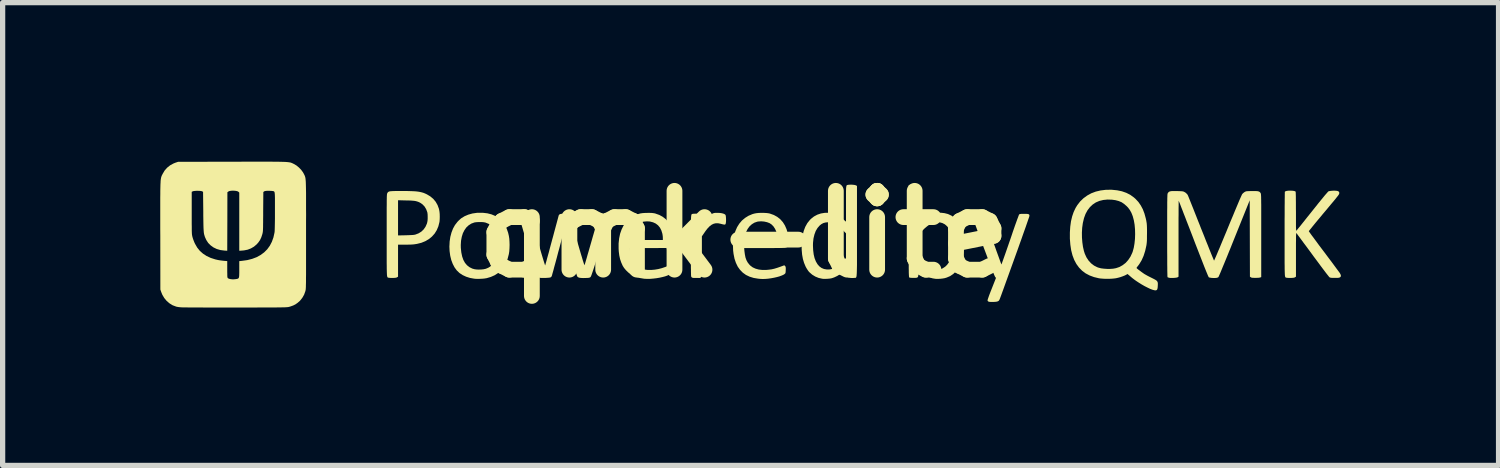
<source format=kicad_pcb>
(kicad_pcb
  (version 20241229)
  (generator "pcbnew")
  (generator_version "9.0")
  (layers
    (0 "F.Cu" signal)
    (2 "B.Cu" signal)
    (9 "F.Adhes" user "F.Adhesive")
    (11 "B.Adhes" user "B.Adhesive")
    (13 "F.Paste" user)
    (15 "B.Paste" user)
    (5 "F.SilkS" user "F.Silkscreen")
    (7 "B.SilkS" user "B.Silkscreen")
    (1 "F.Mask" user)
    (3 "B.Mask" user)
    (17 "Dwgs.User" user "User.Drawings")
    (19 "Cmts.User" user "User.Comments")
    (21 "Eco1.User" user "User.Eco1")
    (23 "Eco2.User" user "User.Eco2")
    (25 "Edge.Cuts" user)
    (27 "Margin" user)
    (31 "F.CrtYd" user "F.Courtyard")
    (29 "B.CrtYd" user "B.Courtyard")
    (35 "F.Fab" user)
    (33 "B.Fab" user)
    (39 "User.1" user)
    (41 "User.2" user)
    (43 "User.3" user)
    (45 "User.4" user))
  (footprint "qmk-lite"
    (layer "F.Cu")
    (at 11.109 1.404)
    (property "Reference" "qmk-lite" (at 0 0 0) (layer "F.SilkS") (effects (font (size 1.5 1.5) (thickness 0.3))))
    (attr board_only exclude_from_pos_files exclude_from_bom)
    (fp_poly (pts (xy -0.505 -0.403) (xy -0.458 -0.401) (xy -0.417 -0.395) (xy -0.383 -0.385) (xy -0.36 -0.373) (xy -0.351 -0.363) (xy -0.346 -0.35) (xy -0.343 -0.327) (xy -0.341 -0.298) (xy -0.34 -0.267) (xy -0.341 -0.237) (xy -0.344 -0.211) (xy -0.348 -0.194) (xy -0.349 -0.191) (xy -0.354 -0.184) (xy -0.361 -0.18) (xy -0.373 -0.179) (xy -0.391 -0.182) (xy -0.418 -0.188) (xy -0.448 -0.196) (xy -0.493 -0.205) (xy -0.534 -0.205) (xy -0.574 -0.196) (xy -0.612 -0.178) (xy -0.651 -0.149) (xy -0.69 -0.109) (xy -0.73 -0.058) (xy -0.754 -0.023) (xy -0.8 0.044) (xy -0.8 0.427) (xy -0.8 0.509) (xy -0.8 0.58) (xy -0.8 0.64) (xy -0.8 0.689) (xy -0.801 0.73) (xy -0.802 0.762) (xy -0.805 0.787) (xy -0.809 0.806) (xy -0.814 0.82) (xy -0.821 0.828) (xy -0.829 0.833) (xy -0.84 0.836) (xy -0.853 0.837) (xy -0.868 0.836) (xy -0.886 0.836) (xy -0.894 0.836) (xy -0.923 0.836) (xy -0.949 0.836) (xy -0.967 0.835) (xy -0.974 0.834) (xy -0.99 0.827) (xy -0.998 0.82) (xy -1 0.818) (xy -1.002 0.815) (xy -1.003 0.809) (xy -1.005 0.8) (xy -1.006 0.787) (xy -1.007 0.77) (xy -1.007 0.747) (xy -1.008 0.719) (xy -1.008 0.683) (xy -1.009 0.64) (xy -1.009 0.589) (xy -1.009 0.528) (xy -1.009 0.458) (xy -1.009 0.377) (xy -1.009 0.284) (xy -1.009 0.225) (xy -1.009 0.124) (xy -1.009 0.035) (xy -1.009 -0.043) (xy -1.009 -0.111) (xy -1.009 -0.169) (xy -1.009 -0.217) (xy -1.008 -0.258) (xy -1.007 -0.292) (xy -1.006 -0.318) (xy -1.004 -0.339) (xy -1.002 -0.355) (xy -0.999 -0.366) (xy -0.996 -0.374) (xy -0.992 -0.379) (xy -0.987 -0.381) (xy -0.982 -0.383) (xy -0.976 -0.383) (xy -0.969 -0.384) (xy -0.968 -0.385) (xy -0.951 -0.386) (xy -0.926 -0.387) (xy -0.899 -0.386) (xy -0.896 -0.386) (xy -0.868 -0.385) (xy -0.848 -0.381) (xy -0.834 -0.375) (xy -0.826 -0.363) (xy -0.821 -0.344) (xy -0.819 -0.316) (xy -0.819 -0.278) (xy -0.819 -0.271) (xy -0.819 -0.183) (xy -0.789 -0.223) (xy -0.748 -0.274) (xy -0.704 -0.318) (xy -0.659 -0.354) (xy -0.619 -0.378) (xy -0.595 -0.39) (xy -0.577 -0.397) (xy -0.56 -0.401) (xy -0.54 -0.403) (xy -0.512 -0.403)) (stroke (width 0) (type solid)) (fill yes) (layer "F.SilkS"))
    (fp_poly (pts (xy -4.969 -0.404) (xy -4.883 -0.394) (xy -4.805 -0.374) (xy -4.733 -0.344) (xy -4.67 -0.304) (xy -4.632 -0.273) (xy -4.585 -0.222) (xy -4.545 -0.164) (xy -4.514 -0.099) (xy -4.488 -0.025) (xy -4.474 0.035) (xy -4.466 0.086) (xy -4.462 0.144) (xy -4.46 0.207) (xy -4.462 0.27) (xy -4.466 0.33) (xy -4.474 0.381) (xy -4.475 0.386) (xy -4.499 0.477) (xy -4.531 0.557) (xy -4.572 0.629) (xy -4.621 0.69) (xy -4.678 0.742) (xy -4.743 0.784) (xy -4.817 0.817) (xy -4.899 0.841) (xy -4.901 0.841) (xy -4.937 0.847) (xy -4.981 0.851) (xy -5.028 0.853) (xy -5.075 0.854) (xy -5.116 0.852) (xy -5.135 0.85) (xy -5.213 0.836) (xy -5.286 0.813) (xy -5.353 0.782) (xy -5.411 0.744) (xy -5.416 0.74) (xy -5.465 0.693) (xy -5.507 0.636) (xy -5.542 0.569) (xy -5.57 0.495) (xy -5.59 0.413) (xy -5.602 0.325) (xy -5.606 0.238) (xy -5.604 0.209) (xy -5.389 0.209) (xy -5.388 0.263) (xy -5.379 0.35) (xy -5.363 0.427) (xy -5.34 0.493) (xy -5.309 0.549) (xy -5.27 0.595) (xy -5.224 0.631) (xy -5.17 0.658) (xy -5.127 0.67) (xy -5.092 0.675) (xy -5.05 0.677) (xy -5.005 0.676) (xy -4.962 0.672) (xy -4.926 0.665) (xy -4.911 0.661) (xy -4.868 0.643) (xy -4.833 0.622) (xy -4.8 0.594) (xy -4.786 0.58) (xy -4.75 0.533) (xy -4.72 0.476) (xy -4.698 0.411) (xy -4.683 0.338) (xy -4.676 0.259) (xy -4.678 0.175) (xy -4.679 0.159) (xy -4.69 0.075) (xy -4.708 0.001) (xy -4.734 -0.063) (xy -4.767 -0.116) (xy -4.807 -0.159) (xy -4.855 -0.192) (xy -4.911 -0.215) (xy -4.923 -0.219) (xy -4.956 -0.225) (xy -4.996 -0.228) (xy -5.04 -0.228) (xy -5.082 -0.226) (xy -5.119 -0.222) (xy -5.132 -0.219) (xy -5.189 -0.198) (xy -5.239 -0.166) (xy -5.283 -0.125) (xy -5.319 -0.074) (xy -5.349 -0.015) (xy -5.37 0.053) (xy -5.384 0.128) (xy -5.389 0.209) (xy -5.604 0.209) (xy -5.601 0.144) (xy -5.588 0.055) (xy -5.566 -0.028) (xy -5.537 -0.103) (xy -5.5 -0.17) (xy -5.455 -0.228) (xy -5.452 -0.232) (xy -5.43 -0.255) (xy -5.406 -0.277) (xy -5.386 -0.295) (xy -5.378 -0.301) (xy -5.316 -0.339) (xy -5.245 -0.369) (xy -5.166 -0.391) (xy -5.083 -0.403) (xy -5.06 -0.404)) (stroke (width 0) (type solid)) (fill yes) (layer "F.SilkS"))
    (fp_poly (pts (xy 0.386 -0.402) (xy 0.436 -0.399) (xy 0.479 -0.393) (xy 0.497 -0.388) (xy 0.57 -0.362) (xy 0.635 -0.326) (xy 0.692 -0.281) (xy 0.741 -0.226) (xy 0.781 -0.162) (xy 0.812 -0.091) (xy 0.823 -0.052) (xy 0.831 -0.017) (xy 0.837 0.023) (xy 0.841 0.065) (xy 0.844 0.108) (xy 0.845 0.148) (xy 0.843 0.183) (xy 0.84 0.211) (xy 0.835 0.228) (xy 0.831 0.235) (xy 0.827 0.242) (xy 0.822 0.248) (xy 0.814 0.252) (xy 0.804 0.256) (xy 0.79 0.259) (xy 0.771 0.262) (xy 0.746 0.263) (xy 0.714 0.265) (xy 0.675 0.266) (xy 0.627 0.266) (xy 0.57 0.267) (xy 0.502 0.267) (xy 0.422 0.267) (xy 0.393 0.267) (xy 0.005 0.267) (xy 0.009 0.319) (xy 0.018 0.388) (xy 0.03 0.448) (xy 0.048 0.498) (xy 0.072 0.542) (xy 0.102 0.58) (xy 0.121 0.6) (xy 0.166 0.634) (xy 0.22 0.659) (xy 0.281 0.676) (xy 0.351 0.684) (xy 0.419 0.684) (xy 0.475 0.679) (xy 0.528 0.672) (xy 0.58 0.66) (xy 0.636 0.643) (xy 0.688 0.625) (xy 0.769 0.595) (xy 0.783 0.609) (xy 0.79 0.617) (xy 0.794 0.627) (xy 0.796 0.643) (xy 0.797 0.666) (xy 0.796 0.678) (xy 0.795 0.707) (xy 0.793 0.731) (xy 0.789 0.746) (xy 0.788 0.748) (xy 0.774 0.762) (xy 0.75 0.777) (xy 0.715 0.792) (xy 0.674 0.807) (xy 0.626 0.82) (xy 0.573 0.832) (xy 0.518 0.842) (xy 0.462 0.85) (xy 0.452 0.851) (xy 0.401 0.855) (xy 0.357 0.856) (xy 0.312 0.854) (xy 0.271 0.85) (xy 0.186 0.836) (xy 0.108 0.812) (xy 0.039 0.779) (xy -0.021 0.736) (xy -0.073 0.683) (xy -0.117 0.622) (xy -0.152 0.55) (xy -0.179 0.47) (xy -0.197 0.38) (xy -0.205 0.316) (xy -0.209 0.214) (xy -0.203 0.118) (xy -0.202 0.114) (xy 0.007 0.114) (xy 0.321 0.114) (xy 0.635 0.114) (xy 0.635 0.075) (xy 0.63 0.013) (xy 0.616 -0.045) (xy 0.593 -0.098) (xy 0.563 -0.144) (xy 0.527 -0.181) (xy 0.488 -0.207) (xy 0.44 -0.225) (xy 0.386 -0.237) (xy 0.329 -0.242) (xy 0.275 -0.238) (xy 0.255 -0.235) (xy 0.2 -0.216) (xy 0.151 -0.186) (xy 0.107 -0.146) (xy 0.071 -0.097) (xy 0.042 -0.04) (xy 0.021 0.024) (xy 0.01 0.084) (xy 0.007 0.114) (xy -0.202 0.114) (xy -0.187 0.028) (xy -0.163 -0.054) (xy -0.13 -0.13) (xy -0.088 -0.197) (xy -0.038 -0.256) (xy 0.021 -0.306) (xy 0.087 -0.347) (xy 0.16 -0.378) (xy 0.194 -0.388) (xy 0.233 -0.396) (xy 0.28 -0.401) (xy 0.333 -0.403)) (stroke (width 0) (type solid)) (fill yes) (layer "F.SilkS"))
    (fp_poly (pts (xy 5.37 -0.384) (xy 5.398 -0.382) (xy 5.416 -0.378) (xy 5.427 -0.372) (xy 5.433 -0.362) (xy 5.434 -0.348) (xy 5.434 -0.345) (xy 5.432 -0.336) (xy 5.426 -0.316) (xy 5.415 -0.285) (xy 5.401 -0.244) (xy 5.383 -0.192) (xy 5.362 -0.131) (xy 5.337 -0.061) (xy 5.309 0.018) (xy 5.279 0.104) (xy 5.245 0.198) (xy 5.209 0.3) (xy 5.17 0.408) (xy 5.129 0.522) (xy 5.086 0.641) (xy 5.041 0.766) (xy 4.994 0.896) (xy 4.946 1.029) (xy 4.896 1.167) (xy 4.873 1.228) (xy 4.863 1.252) (xy 4.852 1.269) (xy 4.836 1.28) (xy 4.814 1.287) (xy 4.783 1.291) (xy 4.746 1.293) (xy 4.715 1.293) (xy 4.687 1.292) (xy 4.666 1.29) (xy 4.658 1.288) (xy 4.644 1.278) (xy 4.637 1.267) (xy 4.638 1.257) (xy 4.643 1.238) (xy 4.653 1.209) (xy 4.667 1.169) (xy 4.686 1.119) (xy 4.71 1.058) (xy 4.716 1.043) (xy 4.798 0.835) (xy 4.783 0.819) (xy 4.778 0.809) (xy 4.768 0.788) (xy 4.754 0.755) (xy 4.736 0.71) (xy 4.714 0.653) (xy 4.688 0.584) (xy 4.657 0.504) (xy 4.622 0.411) (xy 4.583 0.307) (xy 4.558 0.241) (xy 4.528 0.16) (xy 4.499 0.082) (xy 4.472 0.008) (xy 4.446 -0.061) (xy 4.423 -0.124) (xy 4.402 -0.181) (xy 4.384 -0.231) (xy 4.369 -0.272) (xy 4.357 -0.305) (xy 4.349 -0.327) (xy 4.345 -0.338) (xy 4.345 -0.339) (xy 4.345 -0.357) (xy 4.354 -0.37) (xy 4.355 -0.372) (xy 4.362 -0.377) (xy 4.371 -0.38) (xy 4.385 -0.382) (xy 4.405 -0.384) (xy 4.434 -0.384) (xy 4.454 -0.384) (xy 4.489 -0.384) (xy 4.513 -0.383) (xy 4.53 -0.382) (xy 4.54 -0.379) (xy 4.548 -0.375) (xy 4.552 -0.371) (xy 4.556 -0.363) (xy 4.565 -0.343) (xy 4.577 -0.312) (xy 4.593 -0.271) (xy 4.612 -0.22) (xy 4.634 -0.16) (xy 4.659 -0.091) (xy 4.687 -0.014) (xy 4.717 0.071) (xy 4.73 0.108) (xy 4.757 0.182) (xy 4.782 0.252) (xy 4.805 0.318) (xy 4.827 0.378) (xy 4.847 0.433) (xy 4.864 0.48) (xy 4.878 0.519) (xy 4.889 0.549) (xy 4.897 0.569) (xy 4.9 0.579) (xy 4.901 0.579) (xy 4.903 0.574) (xy 4.91 0.558) (xy 4.919 0.532) (xy 4.932 0.496) (xy 4.948 0.451) (xy 4.966 0.4) (xy 4.987 0.341) (xy 5.009 0.277) (xy 5.033 0.208) (xy 5.058 0.135) (xy 5.066 0.113) (xy 5.093 0.034) (xy 5.118 -0.041) (xy 5.142 -0.11) (xy 5.164 -0.173) (xy 5.184 -0.228) (xy 5.201 -0.276) (xy 5.216 -0.315) (xy 5.227 -0.345) (xy 5.234 -0.364) (xy 5.238 -0.371) (xy 5.245 -0.377) (xy 5.253 -0.38) (xy 5.266 -0.382) (xy 5.285 -0.384) (xy 5.314 -0.384) (xy 5.332 -0.384)) (stroke (width 0) (type solid)) (fill yes) (layer "F.SilkS"))
    (fp_poly (pts (xy -1.789 -0.402) (xy -1.756 -0.401) (xy -1.73 -0.398) (xy -1.707 -0.395) (xy -1.685 -0.39) (xy -1.681 -0.388) (xy -1.61 -0.363) (xy -1.546 -0.328) (xy -1.489 -0.284) (xy -1.441 -0.232) (xy -1.402 -0.173) (xy -1.395 -0.158) (xy -1.374 -0.111) (xy -1.358 -0.065) (xy -1.347 -0.019) (xy -1.34 0.032) (xy -1.336 0.091) (xy -1.335 0.108) (xy -1.334 0.153) (xy -1.334 0.186) (xy -1.337 0.211) (xy -1.342 0.228) (xy -1.351 0.241) (xy -1.363 0.25) (xy -1.374 0.256) (xy -1.379 0.258) (xy -1.387 0.26) (xy -1.397 0.262) (xy -1.412 0.263) (xy -1.431 0.264) (xy -1.457 0.265) (xy -1.489 0.266) (xy -1.529 0.266) (xy -1.578 0.266) (xy -1.637 0.267) (xy -1.707 0.267) (xy -1.784 0.267) (xy -2.173 0.267) (xy -2.169 0.322) (xy -2.162 0.378) (xy -2.151 0.432) (xy -2.137 0.48) (xy -2.12 0.52) (xy -2.12 0.521) (xy -2.105 0.545) (xy -2.084 0.571) (xy -2.063 0.593) (xy -2.063 0.594) (xy -2.018 0.629) (xy -1.966 0.656) (xy -1.907 0.674) (xy -1.841 0.683) (xy -1.765 0.684) (xy -1.762 0.684) (xy -1.695 0.678) (xy -1.63 0.667) (xy -1.563 0.65) (xy -1.49 0.625) (xy -1.459 0.613) (xy -1.436 0.606) (xy -1.421 0.602) (xy -1.411 0.601) (xy -1.404 0.603) (xy -1.4 0.606) (xy -1.389 0.62) (xy -1.382 0.642) (xy -1.379 0.67) (xy -1.38 0.699) (xy -1.385 0.727) (xy -1.394 0.749) (xy -1.401 0.758) (xy -1.424 0.775) (xy -1.458 0.791) (xy -1.5 0.806) (xy -1.55 0.819) (xy -1.604 0.831) (xy -1.662 0.841) (xy -1.721 0.848) (xy -1.78 0.853) (xy -1.836 0.854) (xy -1.887 0.852) (xy -1.907 0.85) (xy -1.989 0.836) (xy -2.067 0.812) (xy -2.114 0.792) (xy -2.159 0.765) (xy -2.203 0.73) (xy -2.245 0.689) (xy -2.281 0.646) (xy -2.307 0.605) (xy -2.335 0.542) (xy -2.357 0.478) (xy -2.372 0.409) (xy -2.382 0.332) (xy -2.385 0.279) (xy -2.385 0.178) (xy -2.378 0.114) (xy -2.172 0.114) (xy -1.858 0.114) (xy -1.543 0.114) (xy -1.543 0.077) (xy -1.544 0.05) (xy -1.548 0.018) (xy -1.552 -0.006) (xy -1.571 -0.068) (xy -1.598 -0.121) (xy -1.634 -0.165) (xy -1.678 -0.199) (xy -1.73 -0.223) (xy -1.79 -0.238) (xy -1.844 -0.241) (xy -1.909 -0.236) (xy -1.967 -0.219) (xy -2.019 -0.192) (xy -2.065 -0.154) (xy -2.103 -0.107) (xy -2.133 -0.051) (xy -2.155 0.014) (xy -2.168 0.081) (xy -2.172 0.114) (xy -2.378 0.114) (xy -2.375 0.084) (xy -2.357 -0.004) (xy -2.329 -0.084) (xy -2.294 -0.156) (xy -2.249 -0.22) (xy -2.197 -0.275) (xy -2.137 -0.321) (xy -2.093 -0.346) (xy -2.048 -0.367) (xy -2.008 -0.381) (xy -1.969 -0.392) (xy -1.927 -0.398) (xy -1.879 -0.401) (xy -1.832 -0.402)) (stroke (width 0) (type solid)) (fill yes) (layer "F.SilkS"))
    (fp_poly (pts (xy -6.431 -0.819) (xy -6.36 -0.817) (xy -6.3 -0.815) (xy -6.248 -0.812) (xy -6.203 -0.807) (xy -6.163 -0.8) (xy -6.128 -0.792) (xy -6.095 -0.782) (xy -6.064 -0.769) (xy -6.034 -0.755) (xy -5.969 -0.716) (xy -5.913 -0.669) (xy -5.867 -0.614) (xy -5.831 -0.551) (xy -5.805 -0.48) (xy -5.8 -0.457) (xy -5.794 -0.422) (xy -5.79 -0.378) (xy -5.789 -0.33) (xy -5.79 -0.284) (xy -5.793 -0.242) (xy -5.796 -0.224) (xy -5.816 -0.145) (xy -5.847 -0.072) (xy -5.887 -0.008) (xy -5.937 0.048) (xy -5.995 0.096) (xy -6.063 0.136) (xy -6.139 0.167) (xy -6.223 0.188) (xy -6.282 0.197) (xy -6.307 0.199) (xy -6.342 0.201) (xy -6.382 0.202) (xy -6.426 0.203) (xy -6.461 0.203) (xy -6.583 0.203) (xy -6.583 0.508) (xy -6.583 0.812) (xy -6.6 0.823) (xy -6.613 0.829) (xy -6.631 0.833) (xy -6.657 0.835) (xy -6.681 0.836) (xy -6.711 0.836) (xy -6.737 0.835) (xy -6.756 0.833) (xy -6.763 0.832) (xy -6.768 0.831) (xy -6.773 0.83) (xy -6.777 0.828) (xy -6.781 0.826) (xy -6.784 0.822) (xy -6.787 0.816) (xy -6.79 0.807) (xy -6.792 0.795) (xy -6.794 0.778) (xy -6.795 0.756) (xy -6.796 0.729) (xy -6.797 0.696) (xy -6.798 0.656) (xy -6.798 0.608) (xy -6.799 0.552) (xy -6.799 0.487) (xy -6.799 0.413) (xy -6.799 0.328) (xy -6.799 0.233) (xy -6.799 0.126) (xy -6.799 0.026) (xy -6.799 -0.09) (xy -6.799 -0.194) (xy -6.799 -0.287) (xy -6.799 -0.369) (xy -6.799 -0.441) (xy -6.799 -0.503) (xy -6.798 -0.557) (xy -6.798 -0.604) (xy -6.798 -0.642) (xy -6.798 -0.643) (xy -6.583 -0.643) (xy -6.583 -0.308) (xy -6.583 0.027) (xy -6.436 0.024) (xy -6.379 0.022) (xy -6.334 0.02) (xy -6.3 0.018) (xy -6.274 0.015) (xy -6.255 0.011) (xy -6.254 0.011) (xy -6.192 -0.013) (xy -6.139 -0.046) (xy -6.095 -0.088) (xy -6.06 -0.139) (xy -6.034 -0.197) (xy -6.028 -0.22) (xy -6.022 -0.25) (xy -6.019 -0.289) (xy -6.019 -0.33) (xy -6.02 -0.37) (xy -6.024 -0.404) (xy -6.027 -0.417) (xy -6.048 -0.473) (xy -6.078 -0.523) (xy -6.117 -0.564) (xy -6.162 -0.595) (xy -6.176 -0.602) (xy -6.198 -0.612) (xy -6.219 -0.619) (xy -6.24 -0.625) (xy -6.264 -0.63) (xy -6.292 -0.633) (xy -6.327 -0.636) (xy -6.371 -0.638) (xy -6.425 -0.639) (xy -6.433 -0.639) (xy -6.583 -0.643) (xy -6.798 -0.643) (xy -6.797 -0.675) (xy -6.797 -0.701) (xy -6.796 -0.722) (xy -6.795 -0.739) (xy -6.794 -0.751) (xy -6.793 -0.761) (xy -6.791 -0.767) (xy -6.79 -0.772) (xy -6.788 -0.776) (xy -6.786 -0.78) (xy -6.786 -0.78) (xy -6.78 -0.79) (xy -6.773 -0.798) (xy -6.764 -0.804) (xy -6.752 -0.809) (xy -6.736 -0.813) (xy -6.713 -0.815) (xy -6.684 -0.817) (xy -6.647 -0.818) (xy -6.6 -0.819) (xy -6.542 -0.819) (xy -6.512 -0.819)) (stroke (width 0) (type solid)) (fill yes) (layer "F.SilkS"))
    (fp_poly (pts (xy 2.051 -0.939) (xy 2.082 -0.937) (xy 2.11 -0.933) (xy 2.13 -0.927) (xy 2.136 -0.925) (xy 2.152 -0.914) (xy 2.152 -0.051) (xy 2.152 0.073) (xy 2.152 0.184) (xy 2.152 0.284) (xy 2.152 0.373) (xy 2.152 0.452) (xy 2.152 0.522) (xy 2.152 0.582) (xy 2.151 0.635) (xy 2.15 0.679) (xy 2.149 0.716) (xy 2.148 0.747) (xy 2.146 0.772) (xy 2.145 0.792) (xy 2.142 0.807) (xy 2.14 0.818) (xy 2.136 0.825) (xy 2.133 0.83) (xy 2.129 0.833) (xy 2.124 0.834) (xy 2.118 0.835) (xy 2.113 0.835) (xy 2.106 0.835) (xy 2.104 0.835) (xy 2.078 0.837) (xy 2.048 0.837) (xy 2.019 0.835) (xy 1.995 0.83) (xy 1.982 0.826) (xy 1.976 0.822) (xy 1.972 0.817) (xy 1.97 0.807) (xy 1.969 0.791) (xy 1.968 0.767) (xy 1.968 0.736) (xy 1.968 0.706) (xy 1.967 0.68) (xy 1.965 0.662) (xy 1.963 0.654) (xy 1.963 0.654) (xy 1.956 0.658) (xy 1.944 0.669) (xy 1.93 0.683) (xy 1.883 0.726) (xy 1.83 0.765) (xy 1.775 0.799) (xy 1.72 0.825) (xy 1.674 0.841) (xy 1.637 0.848) (xy 1.594 0.852) (xy 1.549 0.854) (xy 1.508 0.853) (xy 1.49 0.851) (xy 1.423 0.836) (xy 1.359 0.81) (xy 1.3 0.774) (xy 1.249 0.73) (xy 1.238 0.719) (xy 1.219 0.694) (xy 1.198 0.662) (xy 1.178 0.627) (xy 1.174 0.619) (xy 1.145 0.55) (xy 1.123 0.476) (xy 1.108 0.395) (xy 1.1 0.306) (xy 1.098 0.235) (xy 1.099 0.219) (xy 1.314 0.219) (xy 1.318 0.308) (xy 1.328 0.389) (xy 1.345 0.46) (xy 1.369 0.521) (xy 1.399 0.573) (xy 1.435 0.615) (xy 1.477 0.646) (xy 1.525 0.666) (xy 1.578 0.675) (xy 1.622 0.675) (xy 1.651 0.671) (xy 1.681 0.664) (xy 1.695 0.66) (xy 1.726 0.647) (xy 1.757 0.629) (xy 1.789 0.605) (xy 1.825 0.574) (xy 1.866 0.535) (xy 1.871 0.529) (xy 1.943 0.457) (xy 1.943 0.222) (xy 1.943 -0.013) (xy 1.871 -0.085) (xy 1.825 -0.129) (xy 1.782 -0.164) (xy 1.743 -0.19) (xy 1.705 -0.208) (xy 1.666 -0.219) (xy 1.625 -0.223) (xy 1.606 -0.224) (xy 1.556 -0.22) (xy 1.514 -0.209) (xy 1.476 -0.189) (xy 1.442 -0.162) (xy 1.401 -0.115) (xy 1.367 -0.058) (xy 1.342 0.009) (xy 1.324 0.084) (xy 1.315 0.169) (xy 1.314 0.219) (xy 1.099 0.219) (xy 1.103 0.128) (xy 1.116 0.031) (xy 1.138 -0.058) (xy 1.168 -0.137) (xy 1.207 -0.207) (xy 1.255 -0.267) (xy 1.278 -0.29) (xy 1.334 -0.334) (xy 1.397 -0.368) (xy 1.466 -0.391) (xy 1.539 -0.403) (xy 1.612 -0.404) (xy 1.674 -0.396) (xy 1.731 -0.38) (xy 1.786 -0.355) (xy 1.841 -0.319) (xy 1.89 -0.28) (xy 1.943 -0.235) (xy 1.943 -0.574) (xy 1.943 -0.65) (xy 1.943 -0.715) (xy 1.943 -0.769) (xy 1.943 -0.813) (xy 1.944 -0.848) (xy 1.945 -0.876) (xy 1.948 -0.897) (xy 1.95 -0.912) (xy 1.954 -0.922) (xy 1.959 -0.929) (xy 1.965 -0.932) (xy 1.973 -0.934) (xy 1.982 -0.936) (xy 1.991 -0.937) (xy 2.019 -0.939)) (stroke (width 0) (type solid)) (fill yes) (layer "F.SilkS"))
    (fp_poly (pts (xy 3.276 -0.945) (xy 3.291 -0.943) (xy 3.303 -0.942) (xy 3.312 -0.94) (xy 3.321 -0.938) (xy 3.327 -0.934) (xy 3.333 -0.927) (xy 3.337 -0.916) (xy 3.34 -0.901) (xy 3.342 -0.879) (xy 3.344 -0.851) (xy 3.345 -0.816) (xy 3.345 -0.771) (xy 3.346 -0.717) (xy 3.346 -0.652) (xy 3.346 -0.576) (xy 3.346 -0.568) (xy 3.346 -0.222) (xy 3.392 -0.262) (xy 3.432 -0.295) (xy 3.467 -0.321) (xy 3.501 -0.343) (xy 3.538 -0.362) (xy 3.546 -0.366) (xy 3.611 -0.39) (xy 3.68 -0.402) (xy 3.75 -0.405) (xy 3.819 -0.397) (xy 3.885 -0.38) (xy 3.945 -0.352) (xy 3.963 -0.342) (xy 4.018 -0.298) (xy 4.066 -0.245) (xy 4.106 -0.182) (xy 4.139 -0.109) (xy 4.164 -0.026) (xy 4.175 0.025) (xy 4.181 0.071) (xy 4.185 0.126) (xy 4.187 0.187) (xy 4.187 0.249) (xy 4.184 0.309) (xy 4.179 0.365) (xy 4.172 0.411) (xy 4.172 0.412) (xy 4.149 0.502) (xy 4.119 0.582) (xy 4.081 0.652) (xy 4.036 0.712) (xy 3.984 0.761) (xy 3.925 0.801) (xy 3.859 0.829) (xy 3.822 0.84) (xy 3.783 0.847) (xy 3.738 0.852) (xy 3.692 0.854) (xy 3.65 0.853) (xy 3.628 0.85) (xy 3.592 0.844) (xy 3.562 0.835) (xy 3.531 0.822) (xy 3.504 0.808) (xy 3.473 0.79) (xy 3.445 0.771) (xy 3.418 0.75) (xy 3.387 0.722) (xy 3.366 0.702) (xy 3.32 0.657) (xy 3.32 0.734) (xy 3.32 0.772) (xy 3.318 0.799) (xy 3.312 0.817) (xy 3.302 0.827) (xy 3.284 0.833) (xy 3.258 0.835) (xy 3.225 0.835) (xy 3.19 0.834) (xy 3.165 0.832) (xy 3.151 0.829) (xy 3.147 0.826) (xy 3.145 0.824) (xy 3.144 0.821) (xy 3.143 0.815) (xy 3.142 0.806) (xy 3.141 0.793) (xy 3.14 0.777) (xy 3.139 0.755) (xy 3.138 0.729) (xy 3.138 0.696) (xy 3.137 0.656) (xy 3.137 0.609) (xy 3.137 0.554) (xy 3.137 0.491) (xy 3.137 0.465) (xy 3.346 0.465) (xy 3.414 0.533) (xy 3.46 0.577) (xy 3.502 0.612) (xy 3.54 0.638) (xy 3.577 0.656) (xy 3.615 0.666) (xy 3.656 0.671) (xy 3.689 0.671) (xy 3.72 0.67) (xy 3.743 0.667) (xy 3.763 0.662) (xy 3.783 0.653) (xy 3.786 0.651) (xy 3.831 0.622) (xy 3.87 0.583) (xy 3.904 0.534) (xy 3.931 0.476) (xy 3.952 0.41) (xy 3.966 0.338) (xy 3.972 0.26) (xy 3.971 0.177) (xy 3.969 0.149) (xy 3.96 0.073) (xy 3.946 0.007) (xy 3.928 -0.049) (xy 3.904 -0.097) (xy 3.874 -0.139) (xy 3.865 -0.149) (xy 3.825 -0.184) (xy 3.779 -0.208) (xy 3.728 -0.222) (xy 3.674 -0.226) (xy 3.619 -0.217) (xy 3.565 -0.198) (xy 3.564 -0.197) (xy 3.527 -0.176) (xy 3.487 -0.147) (xy 3.446 -0.113) (xy 3.407 -0.075) (xy 3.387 -0.053) (xy 3.346 -0.004) (xy 3.346 0.23) (xy 3.346 0.465) (xy 3.137 0.465) (xy 3.136 0.418) (xy 3.136 0.336) (xy 3.136 0.243) (xy 3.136 0.139) (xy 3.136 0.024) (xy 3.136 -0.055) (xy 3.136 -0.926) (xy 3.15 -0.934) (xy 3.165 -0.938) (xy 3.189 -0.942) (xy 3.218 -0.944) (xy 3.248 -0.945)) (stroke (width 0) (type solid)) (fill yes) (layer "F.SilkS"))
    (fp_poly (pts (xy 7.004 -0.842) (xy 7.104 -0.832) (xy 7.195 -0.813) (xy 7.278 -0.784) (xy 7.353 -0.746) (xy 7.421 -0.697) (xy 7.454 -0.668) (xy 7.508 -0.61) (xy 7.553 -0.545) (xy 7.592 -0.472) (xy 7.623 -0.391) (xy 7.648 -0.3) (xy 7.658 -0.255) (xy 7.662 -0.23) (xy 7.666 -0.207) (xy 7.668 -0.184) (xy 7.67 -0.157) (xy 7.671 -0.126) (xy 7.672 -0.087) (xy 7.672 -0.039) (xy 7.672 -0.013) (xy 7.671 0.044) (xy 7.671 0.089) (xy 7.67 0.127) (xy 7.668 0.157) (xy 7.665 0.184) (xy 7.662 0.208) (xy 7.66 0.219) (xy 7.637 0.322) (xy 7.607 0.416) (xy 7.57 0.499) (xy 7.526 0.572) (xy 7.5 0.607) (xy 7.486 0.624) (xy 7.476 0.639) (xy 7.472 0.646) (xy 7.472 0.646) (xy 7.477 0.652) (xy 7.49 0.664) (xy 7.51 0.68) (xy 7.535 0.698) (xy 7.561 0.718) (xy 7.589 0.738) (xy 7.615 0.756) (xy 7.624 0.762) (xy 7.645 0.774) (xy 7.673 0.79) (xy 7.707 0.808) (xy 7.743 0.826) (xy 7.763 0.836) (xy 7.803 0.856) (xy 7.832 0.872) (xy 7.853 0.886) (xy 7.866 0.9) (xy 7.874 0.916) (xy 7.878 0.936) (xy 7.878 0.962) (xy 7.877 0.988) (xy 7.874 1.025) (xy 7.868 1.051) (xy 7.856 1.067) (xy 7.837 1.073) (xy 7.81 1.07) (xy 7.775 1.06) (xy 7.774 1.06) (xy 7.73 1.043) (xy 7.68 1.019) (xy 7.625 0.991) (xy 7.569 0.959) (xy 7.515 0.925) (xy 7.51 0.922) (xy 7.472 0.897) (xy 7.442 0.876) (xy 7.417 0.857) (xy 7.393 0.839) (xy 7.367 0.817) (xy 7.337 0.791) (xy 7.301 0.761) (xy 7.274 0.777) (xy 7.245 0.791) (xy 7.207 0.806) (xy 7.164 0.821) (xy 7.119 0.833) (xy 7.08 0.842) (xy 7.04 0.847) (xy 6.992 0.851) (xy 6.938 0.853) (xy 6.883 0.853) (xy 6.83 0.85) (xy 6.782 0.846) (xy 6.756 0.842) (xy 6.664 0.82) (xy 6.58 0.789) (xy 6.504 0.749) (xy 6.437 0.699) (xy 6.379 0.64) (xy 6.329 0.572) (xy 6.287 0.494) (xy 6.254 0.407) (xy 6.229 0.31) (xy 6.213 0.204) (xy 6.204 0.089) (xy 6.204 -0.026) (xy 6.433 -0.026) (xy 6.434 0.066) (xy 6.441 0.157) (xy 6.453 0.243) (xy 6.471 0.322) (xy 6.489 0.378) (xy 6.521 0.447) (xy 6.561 0.507) (xy 6.609 0.559) (xy 6.664 0.601) (xy 6.725 0.632) (xy 6.751 0.641) (xy 6.797 0.653) (xy 6.852 0.66) (xy 6.912 0.664) (xy 6.971 0.664) (xy 7.028 0.66) (xy 7.076 0.651) (xy 7.078 0.651) (xy 7.147 0.628) (xy 7.209 0.593) (xy 7.266 0.549) (xy 7.315 0.494) (xy 7.357 0.431) (xy 7.391 0.359) (xy 7.4 0.335) (xy 7.42 0.262) (xy 7.434 0.18) (xy 7.443 0.093) (xy 7.446 0.002) (xy 7.444 -0.088) (xy 7.436 -0.177) (xy 7.422 -0.259) (xy 7.402 -0.334) (xy 7.399 -0.343) (xy 7.375 -0.404) (xy 7.346 -0.456) (xy 7.311 -0.503) (xy 7.285 -0.53) (xy 7.237 -0.572) (xy 7.188 -0.605) (xy 7.133 -0.628) (xy 7.072 -0.644) (xy 7.008 -0.653) (xy 6.921 -0.656) (xy 6.84 -0.648) (xy 6.766 -0.63) (xy 6.698 -0.601) (xy 6.638 -0.561) (xy 6.585 -0.511) (xy 6.54 -0.452) (xy 6.502 -0.382) (xy 6.473 -0.303) (xy 6.452 -0.215) (xy 6.45 -0.205) (xy 6.438 -0.117) (xy 6.433 -0.026) (xy 6.204 -0.026) (xy 6.204 -0.028) (xy 6.211 -0.139) (xy 6.225 -0.241) (xy 6.247 -0.334) (xy 6.276 -0.419) (xy 6.313 -0.497) (xy 6.345 -0.549) (xy 6.399 -0.619) (xy 6.462 -0.68) (xy 6.533 -0.732) (xy 6.611 -0.775) (xy 6.696 -0.807) (xy 6.788 -0.829) (xy 6.886 -0.841) (xy 6.989 -0.843)) (stroke (width 0) (type solid)) (fill yes) (layer "F.SilkS"))
    (fp_poly (pts (xy 10.441 -0.824) (xy 10.473 -0.819) (xy 10.494 -0.812) (xy 10.501 -0.805) (xy 10.502 -0.797) (xy 10.503 -0.778) (xy 10.504 -0.748) (xy 10.505 -0.709) (xy 10.505 -0.662) (xy 10.506 -0.608) (xy 10.506 -0.549) (xy 10.506 -0.484) (xy 10.507 -0.426) (xy 10.507 -0.348) (xy 10.507 -0.281) (xy 10.507 -0.226) (xy 10.507 -0.181) (xy 10.507 -0.144) (xy 10.508 -0.116) (xy 10.509 -0.095) (xy 10.51 -0.08) (xy 10.511 -0.07) (xy 10.512 -0.065) (xy 10.514 -0.063) (xy 10.516 -0.064) (xy 10.517 -0.065) (xy 10.523 -0.072) (xy 10.536 -0.088) (xy 10.555 -0.112) (xy 10.581 -0.143) (xy 10.612 -0.182) (xy 10.647 -0.226) (xy 10.686 -0.275) (xy 10.729 -0.329) (xy 10.775 -0.386) (xy 10.818 -0.44) (xy 10.878 -0.515) (xy 10.932 -0.583) (xy 10.98 -0.642) (xy 11.022 -0.693) (xy 11.057 -0.736) (xy 11.086 -0.769) (xy 11.107 -0.793) (xy 11.12 -0.808) (xy 11.126 -0.812) (xy 11.143 -0.817) (xy 11.169 -0.821) (xy 11.2 -0.824) (xy 11.233 -0.825) (xy 11.264 -0.824) (xy 11.29 -0.821) (xy 11.299 -0.819) (xy 11.32 -0.809) (xy 11.331 -0.793) (xy 11.331 -0.771) (xy 11.33 -0.767) (xy 11.328 -0.762) (xy 11.325 -0.756) (xy 11.321 -0.749) (xy 11.315 -0.74) (xy 11.306 -0.727) (xy 11.293 -0.711) (xy 11.277 -0.691) (xy 11.257 -0.665) (xy 11.231 -0.634) (xy 11.2 -0.597) (xy 11.163 -0.553) (xy 11.12 -0.501) (xy 11.069 -0.44) (xy 11.014 -0.375) (xy 10.969 -0.32) (xy 10.926 -0.269) (xy 10.886 -0.221) (xy 10.85 -0.177) (xy 10.819 -0.139) (xy 10.793 -0.106) (xy 10.772 -0.081) (xy 10.759 -0.064) (xy 10.752 -0.055) (xy 10.752 -0.054) (xy 10.755 -0.048) (xy 10.766 -0.032) (xy 10.783 -0.008) (xy 10.806 0.024) (xy 10.835 0.062) (xy 10.868 0.107) (xy 10.905 0.157) (xy 10.945 0.212) (xy 10.989 0.27) (xy 11.035 0.331) (xy 11.037 0.333) (xy 11.083 0.395) (xy 11.128 0.455) (xy 11.171 0.512) (xy 11.21 0.564) (xy 11.245 0.612) (xy 11.276 0.654) (xy 11.302 0.689) (xy 11.322 0.716) (xy 11.336 0.735) (xy 11.343 0.745) (xy 11.358 0.774) (xy 11.363 0.796) (xy 11.358 0.813) (xy 11.346 0.824) (xy 11.337 0.828) (xy 11.325 0.832) (xy 11.307 0.834) (xy 11.281 0.835) (xy 11.245 0.835) (xy 11.21 0.835) (xy 11.186 0.834) (xy 11.169 0.832) (xy 11.157 0.829) (xy 11.148 0.825) (xy 11.144 0.822) (xy 11.137 0.815) (xy 11.124 0.798) (xy 11.104 0.773) (xy 11.078 0.74) (xy 11.048 0.7) (xy 11.013 0.654) (xy 10.974 0.602) (xy 10.933 0.546) (xy 10.888 0.486) (xy 10.841 0.423) (xy 10.829 0.406) (xy 10.782 0.342) (xy 10.737 0.281) (xy 10.695 0.224) (xy 10.655 0.171) (xy 10.62 0.123) (xy 10.589 0.081) (xy 10.563 0.046) (xy 10.542 0.018) (xy 10.528 -0.002) (xy 10.52 -0.012) (xy 10.52 -0.013) (xy 10.517 -0.016) (xy 10.515 -0.017) (xy 10.513 -0.016) (xy 10.512 -0.012) (xy 10.511 -0.004) (xy 10.51 0.009) (xy 10.509 0.028) (xy 10.508 0.053) (xy 10.508 0.086) (xy 10.508 0.127) (xy 10.507 0.178) (xy 10.507 0.238) (xy 10.507 0.31) (xy 10.507 0.392) (xy 10.507 0.812) (xy 10.49 0.823) (xy 10.477 0.829) (xy 10.459 0.833) (xy 10.433 0.835) (xy 10.409 0.836) (xy 10.379 0.836) (xy 10.353 0.835) (xy 10.334 0.833) (xy 10.327 0.832) (xy 10.322 0.831) (xy 10.317 0.83) (xy 10.313 0.828) (xy 10.309 0.826) (xy 10.306 0.823) (xy 10.303 0.817) (xy 10.3 0.808) (xy 10.298 0.796) (xy 10.296 0.779) (xy 10.295 0.758) (xy 10.294 0.731) (xy 10.293 0.698) (xy 10.292 0.659) (xy 10.292 0.612) (xy 10.291 0.557) (xy 10.291 0.493) (xy 10.291 0.42) (xy 10.291 0.336) (xy 10.291 0.243) (xy 10.291 0.137) (xy 10.291 0.02) (xy 10.291 0.007) (xy 10.291 -0.093) (xy 10.291 -0.19) (xy 10.291 -0.282) (xy 10.292 -0.369) (xy 10.292 -0.451) (xy 10.292 -0.526) (xy 10.293 -0.594) (xy 10.293 -0.654) (xy 10.294 -0.705) (xy 10.294 -0.746) (xy 10.295 -0.777) (xy 10.295 -0.797) (xy 10.296 -0.805) (xy 10.296 -0.805) (xy 10.309 -0.814) (xy 10.333 -0.821) (xy 10.368 -0.825) (xy 10.399 -0.825)) (stroke (width 0) (type solid)) (fill yes) (layer "F.SilkS"))
    (fp_poly (pts (xy 9.75 -0.817) (xy 9.778 -0.815) (xy 9.798 -0.81) (xy 9.813 -0.803) (xy 9.825 -0.792) (xy 9.834 -0.78) (xy 9.835 -0.776) (xy 9.837 -0.773) (xy 9.839 -0.768) (xy 9.84 -0.761) (xy 9.841 -0.752) (xy 9.842 -0.739) (xy 9.843 -0.723) (xy 9.844 -0.702) (xy 9.844 -0.676) (xy 9.845 -0.644) (xy 9.845 -0.606) (xy 9.846 -0.56) (xy 9.846 -0.506) (xy 9.846 -0.444) (xy 9.846 -0.373) (xy 9.846 -0.291) (xy 9.846 -0.199) (xy 9.846 -0.096) (xy 9.846 0.02) (xy 9.846 0.03) (xy 9.846 0.819) (xy 9.829 0.827) (xy 9.815 0.83) (xy 9.791 0.833) (xy 9.76 0.834) (xy 9.738 0.835) (xy 9.704 0.834) (xy 9.681 0.833) (xy 9.664 0.831) (xy 9.653 0.826) (xy 9.648 0.824) (xy 9.631 0.812) (xy 9.629 0.085) (xy 9.627 -0.642) (xy 9.335 0.083) (xy 9.298 0.175) (xy 9.263 0.263) (xy 9.228 0.348) (xy 9.196 0.428) (xy 9.165 0.503) (xy 9.137 0.571) (xy 9.111 0.633) (xy 9.089 0.687) (xy 9.07 0.733) (xy 9.054 0.77) (xy 9.042 0.797) (xy 9.034 0.814) (xy 9.031 0.82) (xy 9.018 0.828) (xy 8.998 0.834) (xy 8.991 0.835) (xy 8.966 0.837) (xy 8.937 0.837) (xy 8.907 0.836) (xy 8.88 0.832) (xy 8.859 0.828) (xy 8.849 0.824) (xy 8.845 0.819) (xy 8.839 0.806) (xy 8.829 0.785) (xy 8.817 0.755) (xy 8.801 0.717) (xy 8.782 0.67) (xy 8.759 0.613) (xy 8.733 0.546) (xy 8.703 0.469) (xy 8.669 0.382) (xy 8.631 0.284) (xy 8.588 0.174) (xy 8.557 0.092) (xy 8.522 0.001) (xy 8.488 -0.087) (xy 8.455 -0.172) (xy 8.424 -0.251) (xy 8.396 -0.325) (xy 8.369 -0.393) (xy 8.346 -0.454) (xy 8.325 -0.507) (xy 8.308 -0.552) (xy 8.294 -0.588) (xy 8.283 -0.614) (xy 8.277 -0.629) (xy 8.275 -0.634) (xy 8.275 -0.628) (xy 8.274 -0.61) (xy 8.274 -0.581) (xy 8.274 -0.542) (xy 8.273 -0.494) (xy 8.273 -0.436) (xy 8.273 -0.371) (xy 8.272 -0.298) (xy 8.272 -0.219) (xy 8.272 -0.135) (xy 8.272 -0.046) (xy 8.272 0.048) (xy 8.272 0.088) (xy 8.272 0.812) (xy 8.256 0.823) (xy 8.242 0.828) (xy 8.218 0.832) (xy 8.189 0.835) (xy 8.158 0.836) (xy 8.128 0.836) (xy 8.103 0.835) (xy 8.09 0.832) (xy 8.074 0.827) (xy 8.064 0.823) (xy 8.062 0.819) (xy 8.061 0.808) (xy 8.06 0.79) (xy 8.06 0.765) (xy 8.059 0.731) (xy 8.058 0.689) (xy 8.058 0.638) (xy 8.057 0.577) (xy 8.057 0.506) (xy 8.057 0.425) (xy 8.056 0.333) (xy 8.056 0.229) (xy 8.056 0.113) (xy 8.056 0.03) (xy 8.056 -0.087) (xy 8.056 -0.191) (xy 8.056 -0.284) (xy 8.056 -0.367) (xy 8.056 -0.439) (xy 8.057 -0.502) (xy 8.057 -0.556) (xy 8.057 -0.603) (xy 8.058 -0.642) (xy 8.058 -0.674) (xy 8.059 -0.701) (xy 8.06 -0.722) (xy 8.06 -0.739) (xy 8.061 -0.752) (xy 8.063 -0.761) (xy 8.064 -0.768) (xy 8.065 -0.773) (xy 8.067 -0.776) (xy 8.068 -0.778) (xy 8.078 -0.792) (xy 8.09 -0.803) (xy 8.105 -0.81) (xy 8.126 -0.815) (xy 8.154 -0.818) (xy 8.192 -0.818) (xy 8.239 -0.818) (xy 8.283 -0.816) (xy 8.316 -0.815) (xy 8.341 -0.813) (xy 8.359 -0.81) (xy 8.372 -0.806) (xy 8.377 -0.804) (xy 8.41 -0.784) (xy 8.438 -0.756) (xy 8.448 -0.74) (xy 8.452 -0.731) (xy 8.46 -0.712) (xy 8.472 -0.682) (xy 8.488 -0.643) (xy 8.507 -0.595) (xy 8.529 -0.54) (xy 8.554 -0.478) (xy 8.581 -0.409) (xy 8.61 -0.336) (xy 8.641 -0.257) (xy 8.674 -0.175) (xy 8.7 -0.108) (xy 8.734 -0.024) (xy 8.766 0.056) (xy 8.796 0.133) (xy 8.825 0.204) (xy 8.851 0.27) (xy 8.875 0.33) (xy 8.896 0.382) (xy 8.914 0.426) (xy 8.929 0.461) (xy 8.939 0.486) (xy 8.946 0.502) (xy 8.948 0.506) (xy 8.952 0.5) (xy 8.959 0.484) (xy 8.971 0.457) (xy 8.987 0.421) (xy 9.006 0.376) (xy 9.028 0.323) (xy 9.054 0.263) (xy 9.081 0.197) (xy 9.111 0.125) (xy 9.143 0.048) (xy 9.177 -0.033) (xy 9.208 -0.109) (xy 9.243 -0.194) (xy 9.277 -0.276) (xy 9.31 -0.354) (xy 9.34 -0.427) (xy 9.369 -0.496) (xy 9.395 -0.558) (xy 9.418 -0.613) (xy 9.438 -0.66) (xy 9.455 -0.698) (xy 9.468 -0.727) (xy 9.477 -0.746) (xy 9.48 -0.754) (xy 9.497 -0.774) (xy 9.519 -0.792) (xy 9.528 -0.798) (xy 9.539 -0.805) (xy 9.55 -0.809) (xy 9.562 -0.813) (xy 9.578 -0.815) (xy 9.6 -0.816) (xy 9.63 -0.817) (xy 9.666 -0.818) (xy 9.714 -0.818)) (stroke (width 0) (type solid)) (fill yes) (layer "F.SilkS"))
    (fp_poly (pts (xy -3.387 -0.386) (xy -3.359 -0.384) (xy -3.34 -0.379) (xy -3.328 -0.371) (xy -3.323 -0.366) (xy -3.32 -0.358) (xy -3.314 -0.338) (xy -3.305 -0.309) (xy -3.293 -0.27) (xy -3.279 -0.222) (xy -3.262 -0.168) (xy -3.244 -0.106) (xy -3.225 -0.04) (xy -3.204 0.032) (xy -3.182 0.106) (xy -3.177 0.126) (xy -3.148 0.224) (xy -3.123 0.31) (xy -3.101 0.385) (xy -3.082 0.447) (xy -3.067 0.499) (xy -3.054 0.539) (xy -3.045 0.567) (xy -3.038 0.585) (xy -3.034 0.593) (xy -3.033 0.593) (xy -3.031 0.585) (xy -3.025 0.566) (xy -3.016 0.536) (xy -3.005 0.498) (xy -2.991 0.451) (xy -2.976 0.397) (xy -2.958 0.336) (xy -2.939 0.27) (xy -2.919 0.2) (xy -2.898 0.127) (xy -2.877 0.053) (xy -2.856 -0.018) (xy -2.837 -0.084) (xy -2.819 -0.145) (xy -2.804 -0.201) (xy -2.79 -0.249) (xy -2.778 -0.288) (xy -2.769 -0.319) (xy -2.763 -0.339) (xy -2.761 -0.348) (xy -2.753 -0.364) (xy -2.739 -0.375) (xy -2.718 -0.382) (xy -2.687 -0.386) (xy -2.649 -0.387) (xy -2.612 -0.386) (xy -2.586 -0.383) (xy -2.568 -0.377) (xy -2.559 -0.368) (xy -2.554 -0.354) (xy -2.554 -0.349) (xy -2.555 -0.339) (xy -2.561 -0.316) (xy -2.57 -0.283) (xy -2.583 -0.237) (xy -2.6 -0.181) (xy -2.62 -0.114) (xy -2.644 -0.036) (xy -2.671 0.053) (xy -2.701 0.152) (xy -2.729 0.241) (xy -2.759 0.337) (xy -2.785 0.423) (xy -2.809 0.497) (xy -2.829 0.561) (xy -2.846 0.617) (xy -2.861 0.663) (xy -2.874 0.702) (xy -2.885 0.734) (xy -2.894 0.76) (xy -2.901 0.78) (xy -2.907 0.795) (xy -2.912 0.806) (xy -2.916 0.814) (xy -2.92 0.819) (xy -2.923 0.822) (xy -2.933 0.828) (xy -2.946 0.832) (xy -2.964 0.835) (xy -2.992 0.836) (xy -3.01 0.837) (xy -3.061 0.838) (xy -3.102 0.836) (xy -3.132 0.832) (xy -3.153 0.824) (xy -3.165 0.817) (xy -3.168 0.812) (xy -3.173 0.805) (xy -3.178 0.792) (xy -3.184 0.775) (xy -3.192 0.752) (xy -3.202 0.722) (xy -3.213 0.684) (xy -3.227 0.638) (xy -3.243 0.583) (xy -3.262 0.517) (xy -3.285 0.441) (xy -3.302 0.38) (xy -3.323 0.309) (xy -3.342 0.242) (xy -3.361 0.18) (xy -3.377 0.124) (xy -3.392 0.075) (xy -3.405 0.033) (xy -3.415 -0.001) (xy -3.423 -0.024) (xy -3.427 -0.037) (xy -3.429 -0.039) (xy -3.431 -0.033) (xy -3.436 -0.015) (xy -3.444 0.014) (xy -3.454 0.051) (xy -3.467 0.097) (xy -3.481 0.149) (xy -3.497 0.208) (xy -3.514 0.273) (xy -3.533 0.341) (xy -3.542 0.375) (xy -3.56 0.445) (xy -3.578 0.512) (xy -3.595 0.574) (xy -3.611 0.631) (xy -3.624 0.682) (xy -3.636 0.725) (xy -3.646 0.759) (xy -3.652 0.784) (xy -3.657 0.798) (xy -3.657 0.801) (xy -3.668 0.816) (xy -3.681 0.826) (xy -3.694 0.829) (xy -3.717 0.832) (xy -3.747 0.834) (xy -3.78 0.836) (xy -3.814 0.836) (xy -3.846 0.836) (xy -3.872 0.835) (xy -3.89 0.832) (xy -3.891 0.832) (xy -3.909 0.825) (xy -3.923 0.815) (xy -3.923 0.815) (xy -3.927 0.807) (xy -3.934 0.788) (xy -3.944 0.758) (xy -3.957 0.72) (xy -3.972 0.674) (xy -3.989 0.62) (xy -4.008 0.561) (xy -4.028 0.497) (xy -4.049 0.429) (xy -4.071 0.358) (xy -4.094 0.285) (xy -4.116 0.212) (xy -4.139 0.139) (xy -4.161 0.067) (xy -4.182 -0.003) (xy -4.202 -0.07) (xy -4.22 -0.132) (xy -4.237 -0.188) (xy -4.251 -0.239) (xy -4.264 -0.282) (xy -4.273 -0.316) (xy -4.279 -0.341) (xy -4.283 -0.355) (xy -4.283 -0.358) (xy -4.276 -0.37) (xy -4.262 -0.379) (xy -4.238 -0.384) (xy -4.205 -0.387) (xy -4.177 -0.387) (xy -4.139 -0.386) (xy -4.111 -0.384) (xy -4.091 -0.378) (xy -4.078 -0.369) (xy -4.07 -0.355) (xy -4.068 -0.35) (xy -4.064 -0.341) (xy -4.058 -0.32) (xy -4.049 -0.288) (xy -4.036 -0.248) (xy -4.022 -0.2) (xy -4.006 -0.144) (xy -3.987 -0.082) (xy -3.968 -0.015) (xy -3.947 0.057) (xy -3.925 0.131) (xy -3.923 0.138) (xy -3.901 0.212) (xy -3.88 0.282) (xy -3.861 0.348) (xy -3.843 0.408) (xy -3.827 0.461) (xy -3.813 0.507) (xy -3.801 0.545) (xy -3.792 0.573) (xy -3.786 0.591) (xy -3.783 0.598) (xy -3.783 0.598) (xy -3.781 0.591) (xy -3.776 0.573) (xy -3.768 0.545) (xy -3.757 0.507) (xy -3.745 0.461) (xy -3.73 0.407) (xy -3.713 0.347) (xy -3.696 0.281) (xy -3.677 0.21) (xy -3.657 0.136) (xy -3.654 0.124) (xy -3.633 0.049) (xy -3.614 -0.023) (xy -3.596 -0.09) (xy -3.579 -0.153) (xy -3.564 -0.208) (xy -3.551 -0.257) (xy -3.54 -0.297) (xy -3.532 -0.328) (xy -3.526 -0.349) (xy -3.523 -0.359) (xy -3.523 -0.359) (xy -3.512 -0.372) (xy -3.492 -0.381) (xy -3.46 -0.386) (xy -3.425 -0.387)) (stroke (width 0) (type solid)) (fill yes) (layer "F.SilkS"))
    (fp_poly (pts (xy -9.089 -1.377) (xy -9.015 -1.377) (xy -8.949 -1.376) (xy -8.891 -1.376) (xy -8.841 -1.375) (xy -8.797 -1.374) (xy -8.76 -1.373) (xy -8.728 -1.372) (xy -8.7 -1.37) (xy -8.677 -1.368) (xy -8.658 -1.365) (xy -8.642 -1.363) (xy -8.628 -1.36) (xy -8.616 -1.356) (xy -8.606 -1.352) (xy -8.596 -1.348) (xy -8.586 -1.343) (xy -8.575 -1.338) (xy -8.564 -1.332) (xy -8.516 -1.304) (xy -8.47 -1.266) (xy -8.428 -1.223) (xy -8.394 -1.177) (xy -8.378 -1.149) (xy -8.373 -1.138) (xy -8.367 -1.128) (xy -8.363 -1.118) (xy -8.358 -1.109) (xy -8.355 -1.099) (xy -8.351 -1.088) (xy -8.348 -1.075) (xy -8.345 -1.059) (xy -8.343 -1.041) (xy -8.341 -1.019) (xy -8.339 -0.993) (xy -8.338 -0.962) (xy -8.337 -0.926) (xy -8.336 -0.884) (xy -8.335 -0.835) (xy -8.334 -0.779) (xy -8.334 -0.715) (xy -8.334 -0.643) (xy -8.334 -0.562) (xy -8.334 -0.471) (xy -8.333 -0.37) (xy -8.334 -0.258) (xy -8.334 -0.135) (xy -8.334 0.001) (xy -8.334 0.013) (xy -8.334 0.146) (xy -8.334 0.268) (xy -8.334 0.378) (xy -8.334 0.477) (xy -8.334 0.565) (xy -8.334 0.644) (xy -8.334 0.714) (xy -8.334 0.776) (xy -8.335 0.83) (xy -8.335 0.876) (xy -8.335 0.916) (xy -8.336 0.95) (xy -8.337 0.978) (xy -8.337 1.001) (xy -8.338 1.021) (xy -8.339 1.036) (xy -8.34 1.049) (xy -8.341 1.059) (xy -8.342 1.068) (xy -8.344 1.075) (xy -8.346 1.081) (xy -8.347 1.088) (xy -8.371 1.155) (xy -8.406 1.216) (xy -8.45 1.271) (xy -8.496 1.311) (xy -8.536 1.339) (xy -8.578 1.36) (xy -8.625 1.377) (xy -8.65 1.385) (xy -8.657 1.386) (xy -8.664 1.388) (xy -8.672 1.39) (xy -8.68 1.391) (xy -8.691 1.392) (xy -8.704 1.393) (xy -8.721 1.394) (xy -8.741 1.395) (xy -8.766 1.396) (xy -8.795 1.396) (xy -8.831 1.397) (xy -8.872 1.397) (xy -8.921 1.398) (xy -8.977 1.398) (xy -9.041 1.398) (xy -9.114 1.398) (xy -9.197 1.398) (xy -9.289 1.399) (xy -9.393 1.399) (xy -9.507 1.399) (xy -9.634 1.399) (xy -9.659 1.399) (xy -9.77 1.399) (xy -9.878 1.399) (xy -9.983 1.399) (xy -10.083 1.399) (xy -10.179 1.399) (xy -10.269 1.399) (xy -10.352 1.398) (xy -10.429 1.398) (xy -10.497 1.398) (xy -10.557 1.398) (xy -10.607 1.397) (xy -10.647 1.397) (xy -10.675 1.397) (xy -10.692 1.396) (xy -10.694 1.396) (xy -10.729 1.394) (xy -10.764 1.39) (xy -10.793 1.385) (xy -10.808 1.381) (xy -10.874 1.356) (xy -10.934 1.319) (xy -10.987 1.273) (xy -11.032 1.219) (xy -11.069 1.157) (xy -11.088 1.111) (xy -11.107 1.057) (xy -11.108 0.038) (xy -11.109 -0.099) (xy -11.109 -0.225) (xy -11.109 -0.339) (xy -11.109 -0.4) (xy -10.51 -0.4) (xy -10.51 -0.318) (xy -10.51 -0.249) (xy -10.51 -0.189) (xy -10.509 -0.14) (xy -10.509 -0.098) (xy -10.509 -0.065) (xy -10.508 -0.037) (xy -10.507 -0.015) (xy -10.506 0.003) (xy -10.504 0.017) (xy -10.502 0.029) (xy -10.5 0.041) (xy -10.497 0.052) (xy -10.495 0.06) (xy -10.486 0.09) (xy -10.473 0.126) (xy -10.458 0.163) (xy -10.446 0.188) (xy -10.405 0.259) (xy -10.355 0.321) (xy -10.295 0.374) (xy -10.226 0.419) (xy -10.148 0.455) (xy -10.061 0.483) (xy -10.009 0.495) (xy -9.973 0.501) (xy -9.935 0.506) (xy -9.9 0.51) (xy -9.889 0.511) (xy -9.834 0.515) (xy -9.834 0.673) (xy -9.834 0.721) (xy -9.833 0.759) (xy -9.833 0.787) (xy -9.832 0.807) (xy -9.831 0.821) (xy -9.828 0.83) (xy -9.825 0.836) (xy -9.822 0.841) (xy -9.821 0.841) (xy -9.802 0.851) (xy -9.775 0.858) (xy -9.741 0.862) (xy -9.704 0.862) (xy -9.666 0.858) (xy -9.662 0.857) (xy -9.645 0.854) (xy -9.632 0.85) (xy -9.622 0.844) (xy -9.615 0.835) (xy -9.61 0.82) (xy -9.607 0.799) (xy -9.606 0.771) (xy -9.605 0.732) (xy -9.605 0.683) (xy -9.605 0.67) (xy -9.605 0.516) (xy -9.556 0.511) (xy -9.454 0.497) (xy -9.36 0.473) (xy -9.275 0.441) (xy -9.199 0.399) (xy -9.131 0.349) (xy -9.073 0.291) (xy -9.024 0.224) (xy -8.985 0.149) (xy -8.955 0.066) (xy -8.935 -0.024) (xy -8.932 -0.046) (xy -8.931 -0.063) (xy -8.93 -0.092) (xy -8.929 -0.13) (xy -8.928 -0.178) (xy -8.927 -0.233) (xy -8.926 -0.295) (xy -8.926 -0.362) (xy -8.926 -0.433) (xy -8.926 -0.445) (xy -8.926 -0.522) (xy -8.926 -0.587) (xy -8.926 -0.642) (xy -8.926 -0.687) (xy -8.927 -0.723) (xy -8.928 -0.751) (xy -8.93 -0.772) (xy -8.932 -0.788) (xy -8.935 -0.799) (xy -8.939 -0.806) (xy -8.944 -0.811) (xy -8.95 -0.814) (xy -8.957 -0.816) (xy -8.963 -0.817) (xy -8.976 -0.819) (xy -8.999 -0.821) (xy -9.027 -0.822) (xy -9.047 -0.822) (xy -9.08 -0.822) (xy -9.103 -0.82) (xy -9.119 -0.817) (xy -9.13 -0.812) (xy -9.13 -0.811) (xy -9.147 -0.8) (xy -9.15 -0.424) (xy -9.15 -0.345) (xy -9.151 -0.278) (xy -9.151 -0.221) (xy -9.152 -0.174) (xy -9.152 -0.135) (xy -9.153 -0.104) (xy -9.154 -0.078) (xy -9.155 -0.058) (xy -9.157 -0.042) (xy -9.159 -0.028) (xy -9.161 -0.017) (xy -9.164 -0.006) (xy -9.166 0.003) (xy -9.186 0.064) (xy -9.21 0.115) (xy -9.242 0.161) (xy -9.274 0.197) (xy -9.326 0.241) (xy -9.383 0.274) (xy -9.445 0.298) (xy -9.515 0.312) (xy -9.55 0.315) (xy -9.605 0.319) (xy -9.605 -0.234) (xy -9.605 -0.788) (xy -9.62 -0.803) (xy -9.637 -0.813) (xy -9.664 -0.82) (xy -9.696 -0.824) (xy -9.73 -0.825) (xy -9.763 -0.823) (xy -9.792 -0.818) (xy -9.813 -0.809) (xy -9.814 -0.807) (xy -9.831 -0.795) (xy -9.832 -0.238) (xy -9.834 0.319) (xy -9.889 0.315) (xy -9.965 0.305) (xy -10.034 0.285) (xy -10.096 0.255) (xy -10.15 0.216) (xy -10.196 0.17) (xy -10.232 0.115) (xy -10.249 0.078) (xy -10.257 0.06) (xy -10.263 0.043) (xy -10.268 0.026) (xy -10.273 0.009) (xy -10.277 -0.01) (xy -10.28 -0.031) (xy -10.282 -0.057) (xy -10.284 -0.087) (xy -10.286 -0.124) (xy -10.287 -0.168) (xy -10.288 -0.22) (xy -10.289 -0.282) (xy -10.29 -0.355) (xy -10.29 -0.425) (xy -10.294 -0.803) (xy -10.313 -0.813) (xy -10.33 -0.818) (xy -10.357 -0.821) (xy -10.388 -0.822) (xy -10.421 -0.822) (xy -10.452 -0.82) (xy -10.477 -0.817) (xy -10.491 -0.812) (xy -10.51 -0.803) (xy -10.51 -0.4) (xy -11.109 -0.4) (xy -11.109 -0.442) (xy -11.109 -0.535) (xy -11.109 -0.618) (xy -11.109 -0.692) (xy -11.108 -0.758) (xy -11.108 -0.816) (xy -11.107 -0.866) (xy -11.106 -0.91) (xy -11.105 -0.948) (xy -11.103 -0.98) (xy -11.102 -1.008) (xy -11.1 -1.031) (xy -11.097 -1.05) (xy -11.094 -1.067) (xy -11.091 -1.081) (xy -11.087 -1.093) (xy -11.083 -1.104) (xy -11.079 -1.114) (xy -11.074 -1.124) (xy -11.068 -1.135) (xy -11.062 -1.147) (xy -11.062 -1.147) (xy -11.025 -1.209) (xy -10.978 -1.262) (xy -10.922 -1.307) (xy -10.858 -1.342) (xy -10.821 -1.357) (xy -10.77 -1.374) (xy -9.745 -1.376) (xy -9.607 -1.376) (xy -9.482 -1.377) (xy -9.368 -1.377) (xy -9.265 -1.377) (xy -9.172 -1.377)) (stroke (width 0) (type solid)) (fill yes) (layer "F.SilkS")))
  (gr_rect
    (start -3 -3)
    (end 25.472 5.808)
    (stroke (width 0.1) (type default))
    (fill no)
    (layer "Edge.Cuts")))
</source>
